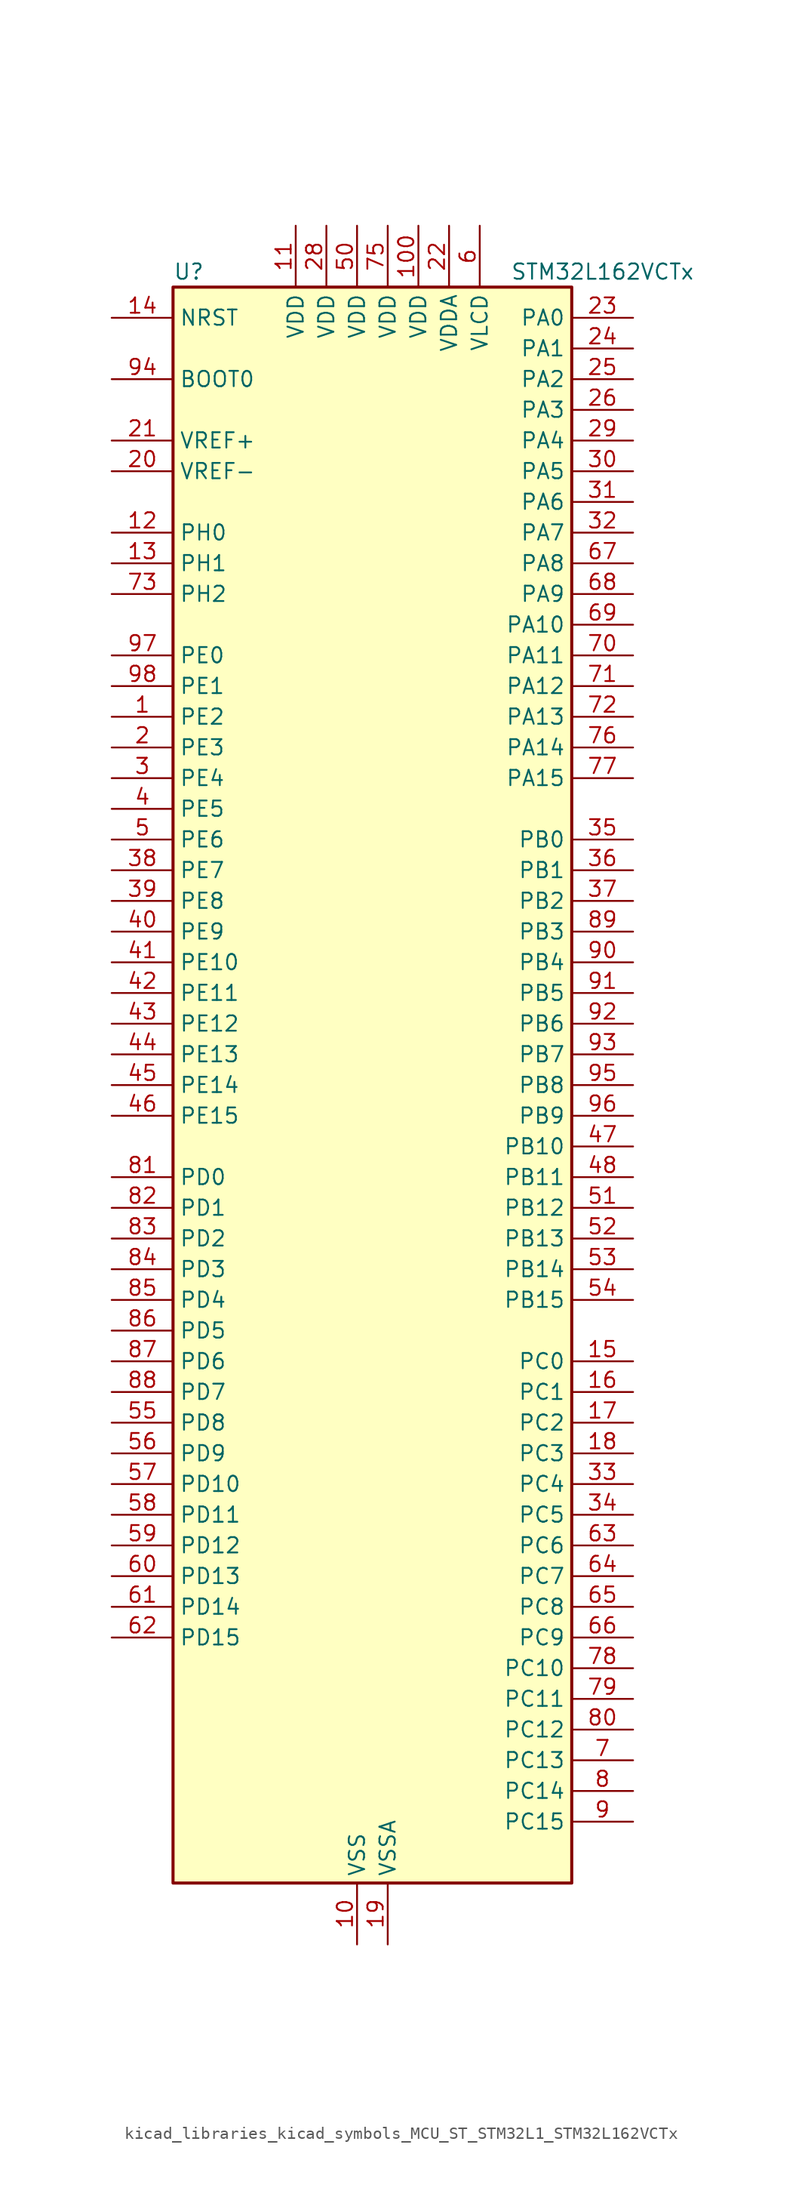
<source format=kicad_sym>
(kicad_symbol_lib
  (version 20220914)
  (generator kicad_symbol_editor)
  (symbol "kicad_libraries_kicad_symbols_MCU_ST_STM32L1_STM32L162VCTx"
    (property "Reference" "U"
      (at -15.24 67.31 0)
      (effects (font (size 1.27 1.27)) (justify left)))
    (property "Value" "STM32L162VCTx"
      (at 12.7 67.31 0)
      (effects (font (size 1.27 1.27)) (justify left)))
    (property "ki_locked" ""
      (at 0 0 0)
      (effects (font (size 1.27 1.27))))
    (symbol "kicad_libraries_kicad_symbols_MCU_ST_STM32L1_STM32L162VCTx_0_1"
      (rectangle (start -15.24 -66.04) (end 17.78 66.04) (stroke (width 0.254) (type default)) (fill (type background))))
    (symbol "kicad_libraries_kicad_symbols_MCU_ST_STM32L1_STM32L162VCTx_1_1"
      (pin bidirectional line (at -20.32 30.48 0) (length 5.08) (name "PE2" (effects (font (size 1.27 1.27)))) (number "1" (effects (font (size 1.27 1.27)))) (alternate "LCD_SEG38" bidirectional line) (alternate "SYS_TRACECK" bidirectional line) (alternate "TIM3_ETR" bidirectional line) (alternate "TIMX_IC3" bidirectional line))
      (pin power_in line (at 0 -71.12 90) (length 5.08) (name "VSS" (effects (font (size 1.27 1.27)))) (number "10" (effects (font (size 1.27 1.27)))))
      (pin power_in line (at 5.08 71.12 270) (length 5.08) (name "VDD" (effects (font (size 1.27 1.27)))) (number "100" (effects (font (size 1.27 1.27)))))
      (pin power_in line (at -5.08 71.12 270) (length 5.08) (name "VDD" (effects (font (size 1.27 1.27)))) (number "11" (effects (font (size 1.27 1.27)))))
      (pin bidirectional line (at -20.32 45.72 0) (length 5.08) (name "PH0" (effects (font (size 1.27 1.27)))) (number "12" (effects (font (size 1.27 1.27)))) (alternate "RCC_OSC_IN" bidirectional line))
      (pin bidirectional line (at -20.32 43.18 0) (length 5.08) (name "PH1" (effects (font (size 1.27 1.27)))) (number "13" (effects (font (size 1.27 1.27)))) (alternate "RCC_OSC_OUT" bidirectional line))
      (pin input line (at -20.32 63.5 0) (length 5.08) (name "NRST" (effects (font (size 1.27 1.27)))) (number "14" (effects (font (size 1.27 1.27)))))
      (pin bidirectional line (at 22.86 -22.86 180) (length 5.08) (name "PC0" (effects (font (size 1.27 1.27)))) (number "15" (effects (font (size 1.27 1.27)))) (alternate "ADC_IN10" bidirectional line) (alternate "COMP1_INP" bidirectional line) (alternate "LCD_SEG18" bidirectional line) (alternate "TIMX_IC1" bidirectional line) (alternate "TS_G8_IO1" bidirectional line))
      (pin bidirectional line (at 22.86 -25.4 180) (length 5.08) (name "PC1" (effects (font (size 1.27 1.27)))) (number "16" (effects (font (size 1.27 1.27)))) (alternate "ADC_IN11" bidirectional line) (alternate "COMP1_INP" bidirectional line) (alternate "LCD_SEG19" bidirectional line) (alternate "TIMX_IC2" bidirectional line) (alternate "TS_G8_IO2" bidirectional line))
      (pin bidirectional line (at 22.86 -27.94 180) (length 5.08) (name "PC2" (effects (font (size 1.27 1.27)))) (number "17" (effects (font (size 1.27 1.27)))) (alternate "ADC_IN12" bidirectional line) (alternate "COMP1_INP" bidirectional line) (alternate "LCD_SEG20" bidirectional line) (alternate "TIMX_IC3" bidirectional line) (alternate "TS_G8_IO3" bidirectional line))
      (pin bidirectional line (at 22.86 -30.48 180) (length 5.08) (name "PC3" (effects (font (size 1.27 1.27)))) (number "18" (effects (font (size 1.27 1.27)))) (alternate "ADC_IN13" bidirectional line) (alternate "COMP1_INP" bidirectional line) (alternate "LCD_SEG21" bidirectional line) (alternate "TIMX_IC4" bidirectional line) (alternate "TS_G8_IO4" bidirectional line))
      (pin power_in line (at 2.54 -71.12 90) (length 5.08) (name "VSSA" (effects (font (size 1.27 1.27)))) (number "19" (effects (font (size 1.27 1.27)))))
      (pin bidirectional line (at -20.32 27.94 0) (length 5.08) (name "PE3" (effects (font (size 1.27 1.27)))) (number "2" (effects (font (size 1.27 1.27)))) (alternate "LCD_SEG39" bidirectional line) (alternate "SYS_TRACED0" bidirectional line) (alternate "TIM3_CH1" bidirectional line) (alternate "TIMX_IC4" bidirectional line))
      (pin input line (at -20.32 50.8 0) (length 5.08) (name "VREF-" (effects (font (size 1.27 1.27)))) (number "20" (effects (font (size 1.27 1.27)))))
      (pin input line (at -20.32 53.34 0) (length 5.08) (name "VREF+" (effects (font (size 1.27 1.27)))) (number "21" (effects (font (size 1.27 1.27)))))
      (pin power_in line (at 7.62 71.12 270) (length 5.08) (name "VDDA" (effects (font (size 1.27 1.27)))) (number "22" (effects (font (size 1.27 1.27)))))
      (pin bidirectional line (at 22.86 63.5 180) (length 5.08) (name "PA0" (effects (font (size 1.27 1.27)))) (number "23" (effects (font (size 1.27 1.27)))) (alternate "ADC_IN0" bidirectional line) (alternate "COMP1_INP" bidirectional line) (alternate "RTC_TAMP2" bidirectional line) (alternate "SYS_WKUP1" bidirectional line) (alternate "TIM2_CH1" bidirectional line) (alternate "TIM2_ETR" bidirectional line) (alternate "TIM5_CH1" bidirectional line) (alternate "TIMX_IC1" bidirectional line) (alternate "TS_G1_IO1" bidirectional line) (alternate "USART2_CTS" bidirectional line))
      (pin bidirectional line (at 22.86 60.96 180) (length 5.08) (name "PA1" (effects (font (size 1.27 1.27)))) (number "24" (effects (font (size 1.27 1.27)))) (alternate "ADC_IN1" bidirectional line) (alternate "COMP1_INP" bidirectional line) (alternate "LCD_SEG0" bidirectional line) (alternate "OPAMP1_VINP" bidirectional line) (alternate "TIM2_CH2" bidirectional line) (alternate "TIM5_CH2" bidirectional line) (alternate "TIMX_IC2" bidirectional line) (alternate "TS_G1_IO2" bidirectional line) (alternate "USART2_RTS" bidirectional line))
      (pin bidirectional line (at 22.86 58.42 180) (length 5.08) (name "PA2" (effects (font (size 1.27 1.27)))) (number "25" (effects (font (size 1.27 1.27)))) (alternate "ADC_IN2" bidirectional line) (alternate "COMP1_INP" bidirectional line) (alternate "LCD_SEG1" bidirectional line) (alternate "OPAMP1_VINM" bidirectional line) (alternate "TIM2_CH3" bidirectional line) (alternate "TIM5_CH3" bidirectional line) (alternate "TIM9_CH1" bidirectional line) (alternate "TIMX_IC3" bidirectional line) (alternate "TS_G1_IO3" bidirectional line) (alternate "USART2_TX" bidirectional line))
      (pin bidirectional line (at 22.86 55.88 180) (length 5.08) (name "PA3" (effects (font (size 1.27 1.27)))) (number "26" (effects (font (size 1.27 1.27)))) (alternate "ADC_IN3" bidirectional line) (alternate "COMP1_INP" bidirectional line) (alternate "LCD_SEG2" bidirectional line) (alternate "OPAMP1_VOUT" bidirectional line) (alternate "TIM2_CH4" bidirectional line) (alternate "TIM5_CH4" bidirectional line) (alternate "TIM9_CH2" bidirectional line) (alternate "TIMX_IC4" bidirectional line) (alternate "TS_G1_IO4" bidirectional line) (alternate "USART2_RX" bidirectional line))
      (pin passive line (at 0 -71.12 90) (length 5.08) hide (name "VSS" (effects (font (size 1.27 1.27)))) (number "27" (effects (font (size 1.27 1.27)))))
      (pin power_in line (at -2.54 71.12 270) (length 5.08) (name "VDD" (effects (font (size 1.27 1.27)))) (number "28" (effects (font (size 1.27 1.27)))))
      (pin bidirectional line (at 22.86 53.34 180) (length 5.08) (name "PA4" (effects (font (size 1.27 1.27)))) (number "29" (effects (font (size 1.27 1.27)))) (alternate "ADC_IN4" bidirectional line) (alternate "COMP1_INP" bidirectional line) (alternate "DAC_OUT1" bidirectional line) (alternate "I2S3_WS" bidirectional line) (alternate "SPI1_NSS" bidirectional line) (alternate "SPI3_NSS" bidirectional line) (alternate "TIMX_IC1" bidirectional line) (alternate "USART2_CK" bidirectional line))
      (pin bidirectional line (at -20.32 25.4 0) (length 5.08) (name "PE4" (effects (font (size 1.27 1.27)))) (number "3" (effects (font (size 1.27 1.27)))) (alternate "SYS_TRACED1" bidirectional line) (alternate "TIM3_CH2" bidirectional line) (alternate "TIMX_IC1" bidirectional line))
      (pin bidirectional line (at 22.86 50.8 180) (length 5.08) (name "PA5" (effects (font (size 1.27 1.27)))) (number "30" (effects (font (size 1.27 1.27)))) (alternate "ADC_IN5" bidirectional line) (alternate "COMP1_INP" bidirectional line) (alternate "DAC_OUT2" bidirectional line) (alternate "SPI1_SCK" bidirectional line) (alternate "TIM2_CH1" bidirectional line) (alternate "TIM2_ETR" bidirectional line) (alternate "TIMX_IC2" bidirectional line))
      (pin bidirectional line (at 22.86 48.26 180) (length 5.08) (name "PA6" (effects (font (size 1.27 1.27)))) (number "31" (effects (font (size 1.27 1.27)))) (alternate "ADC_IN6" bidirectional line) (alternate "COMP1_INP" bidirectional line) (alternate "LCD_SEG3" bidirectional line) (alternate "OPAMP2_VINP" bidirectional line) (alternate "SPI1_MISO" bidirectional line) (alternate "TIM10_CH1" bidirectional line) (alternate "TIM3_CH1" bidirectional line) (alternate "TIMX_IC3" bidirectional line) (alternate "TS_G2_IO1" bidirectional line))
      (pin bidirectional line (at 22.86 45.72 180) (length 5.08) (name "PA7" (effects (font (size 1.27 1.27)))) (number "32" (effects (font (size 1.27 1.27)))) (alternate "ADC_IN7" bidirectional line) (alternate "COMP1_INP" bidirectional line) (alternate "LCD_SEG4" bidirectional line) (alternate "OPAMP2_VINM" bidirectional line) (alternate "SPI1_MOSI" bidirectional line) (alternate "TIM11_CH1" bidirectional line) (alternate "TIM3_CH2" bidirectional line) (alternate "TIMX_IC4" bidirectional line) (alternate "TS_G2_IO2" bidirectional line))
      (pin bidirectional line (at 22.86 -33.02 180) (length 5.08) (name "PC4" (effects (font (size 1.27 1.27)))) (number "33" (effects (font (size 1.27 1.27)))) (alternate "ADC_IN14" bidirectional line) (alternate "COMP1_INP" bidirectional line) (alternate "LCD_SEG22" bidirectional line) (alternate "TIMX_IC1" bidirectional line) (alternate "TS_G9_IO1" bidirectional line))
      (pin bidirectional line (at 22.86 -35.56 180) (length 5.08) (name "PC5" (effects (font (size 1.27 1.27)))) (number "34" (effects (font (size 1.27 1.27)))) (alternate "ADC_IN15" bidirectional line) (alternate "COMP1_INP" bidirectional line) (alternate "LCD_SEG23" bidirectional line) (alternate "TIMX_IC2" bidirectional line) (alternate "TS_G9_IO2" bidirectional line))
      (pin bidirectional line (at 22.86 20.32 180) (length 5.08) (name "PB0" (effects (font (size 1.27 1.27)))) (number "35" (effects (font (size 1.27 1.27)))) (alternate "ADC_IN8" bidirectional line) (alternate "COMP1_INP" bidirectional line) (alternate "LCD_SEG5" bidirectional line) (alternate "OPAMP2_VOUT" bidirectional line) (alternate "SYS_V_REF_OUT" bidirectional line) (alternate "TIM3_CH3" bidirectional line) (alternate "TS_G3_IO1" bidirectional line))
      (pin bidirectional line (at 22.86 17.78 180) (length 5.08) (name "PB1" (effects (font (size 1.27 1.27)))) (number "36" (effects (font (size 1.27 1.27)))) (alternate "ADC_IN9" bidirectional line) (alternate "COMP1_INP" bidirectional line) (alternate "LCD_SEG6" bidirectional line) (alternate "SYS_V_REF_OUT" bidirectional line) (alternate "TIM3_CH4" bidirectional line) (alternate "TS_G3_IO2" bidirectional line))
      (pin bidirectional line (at 22.86 15.24 180) (length 5.08) (name "PB2" (effects (font (size 1.27 1.27)))) (number "37" (effects (font (size 1.27 1.27)))) (alternate "TS_G3_IO3" bidirectional line))
      (pin bidirectional line (at -20.32 17.78 0) (length 5.08) (name "PE7" (effects (font (size 1.27 1.27)))) (number "38" (effects (font (size 1.27 1.27)))) (alternate "ADC_IN22" bidirectional line) (alternate "COMP1_INP" bidirectional line) (alternate "TIMX_IC4" bidirectional line))
      (pin bidirectional line (at -20.32 15.24 0) (length 5.08) (name "PE8" (effects (font (size 1.27 1.27)))) (number "39" (effects (font (size 1.27 1.27)))) (alternate "ADC_IN23" bidirectional line) (alternate "COMP1_INP" bidirectional line) (alternate "TIMX_IC1" bidirectional line))
      (pin bidirectional line (at -20.32 22.86 0) (length 5.08) (name "PE5" (effects (font (size 1.27 1.27)))) (number "4" (effects (font (size 1.27 1.27)))) (alternate "SYS_TRACED2" bidirectional line) (alternate "TIM9_CH1" bidirectional line) (alternate "TIMX_IC2" bidirectional line))
      (pin bidirectional line (at -20.32 12.7 0) (length 5.08) (name "PE9" (effects (font (size 1.27 1.27)))) (number "40" (effects (font (size 1.27 1.27)))) (alternate "ADC_IN24" bidirectional line) (alternate "COMP1_INP" bidirectional line) (alternate "DAC_EXTI9" bidirectional line) (alternate "TIM2_CH1" bidirectional line) (alternate "TIM2_ETR" bidirectional line) (alternate "TIM5_ETR" bidirectional line) (alternate "TIMX_IC2" bidirectional line))
      (pin bidirectional line (at -20.32 10.16 0) (length 5.08) (name "PE10" (effects (font (size 1.27 1.27)))) (number "41" (effects (font (size 1.27 1.27)))) (alternate "ADC_IN25" bidirectional line) (alternate "COMP1_INP" bidirectional line) (alternate "TIM2_CH2" bidirectional line) (alternate "TIMX_IC3" bidirectional line))
      (pin bidirectional line (at -20.32 7.62 0) (length 5.08) (name "PE11" (effects (font (size 1.27 1.27)))) (number "42" (effects (font (size 1.27 1.27)))) (alternate "ADC_EXTI11" bidirectional line) (alternate "TIM2_CH3" bidirectional line) (alternate "TIMX_IC4" bidirectional line))
      (pin bidirectional line (at -20.32 5.08 0) (length 5.08) (name "PE12" (effects (font (size 1.27 1.27)))) (number "43" (effects (font (size 1.27 1.27)))) (alternate "SPI1_NSS" bidirectional line) (alternate "TIM2_CH4" bidirectional line) (alternate "TIMX_IC1" bidirectional line))
      (pin bidirectional line (at -20.32 2.54 0) (length 5.08) (name "PE13" (effects (font (size 1.27 1.27)))) (number "44" (effects (font (size 1.27 1.27)))) (alternate "SPI1_SCK" bidirectional line) (alternate "TIMX_IC2" bidirectional line))
      (pin bidirectional line (at -20.32 0 0) (length 5.08) (name "PE14" (effects (font (size 1.27 1.27)))) (number "45" (effects (font (size 1.27 1.27)))) (alternate "SPI1_MISO" bidirectional line) (alternate "TIMX_IC3" bidirectional line))
      (pin bidirectional line (at -20.32 -2.54 0) (length 5.08) (name "PE15" (effects (font (size 1.27 1.27)))) (number "46" (effects (font (size 1.27 1.27)))) (alternate "ADC_EXTI15" bidirectional line) (alternate "SPI1_MOSI" bidirectional line) (alternate "TIMX_IC4" bidirectional line))
      (pin bidirectional line (at 22.86 -5.08 180) (length 5.08) (name "PB10" (effects (font (size 1.27 1.27)))) (number "47" (effects (font (size 1.27 1.27)))) (alternate "I2C2_SCL" bidirectional line) (alternate "LCD_SEG10" bidirectional line) (alternate "TIM2_CH3" bidirectional line) (alternate "USART3_TX" bidirectional line))
      (pin bidirectional line (at 22.86 -7.62 180) (length 5.08) (name "PB11" (effects (font (size 1.27 1.27)))) (number "48" (effects (font (size 1.27 1.27)))) (alternate "ADC_EXTI11" bidirectional line) (alternate "I2C2_SDA" bidirectional line) (alternate "LCD_SEG11" bidirectional line) (alternate "TIM2_CH4" bidirectional line) (alternate "USART3_RX" bidirectional line))
      (pin passive line (at 0 -71.12 90) (length 5.08) hide (name "VSS" (effects (font (size 1.27 1.27)))) (number "49" (effects (font (size 1.27 1.27)))))
      (pin bidirectional line (at -20.32 20.32 0) (length 5.08) (name "PE6" (effects (font (size 1.27 1.27)))) (number "5" (effects (font (size 1.27 1.27)))) (alternate "RTC_TAMP3" bidirectional line) (alternate "SYS_TRACED3" bidirectional line) (alternate "SYS_WKUP3" bidirectional line) (alternate "TIM9_CH2" bidirectional line) (alternate "TIMX_IC3" bidirectional line))
      (pin power_in line (at 0 71.12 270) (length 5.08) (name "VDD" (effects (font (size 1.27 1.27)))) (number "50" (effects (font (size 1.27 1.27)))))
      (pin bidirectional line (at 22.86 -10.16 180) (length 5.08) (name "PB12" (effects (font (size 1.27 1.27)))) (number "51" (effects (font (size 1.27 1.27)))) (alternate "ADC_IN18" bidirectional line) (alternate "COMP1_INP" bidirectional line) (alternate "I2C2_SMBA" bidirectional line) (alternate "I2S2_WS" bidirectional line) (alternate "LCD_SEG12" bidirectional line) (alternate "SPI2_NSS" bidirectional line) (alternate "TIM10_CH1" bidirectional line) (alternate "TS_G7_IO1" bidirectional line) (alternate "USART3_CK" bidirectional line))
      (pin bidirectional line (at 22.86 -12.7 180) (length 5.08) (name "PB13" (effects (font (size 1.27 1.27)))) (number "52" (effects (font (size 1.27 1.27)))) (alternate "ADC_IN19" bidirectional line) (alternate "COMP1_INP" bidirectional line) (alternate "I2S2_CK" bidirectional line) (alternate "LCD_SEG13" bidirectional line) (alternate "SPI2_SCK" bidirectional line) (alternate "TIM9_CH1" bidirectional line) (alternate "TS_G7_IO2" bidirectional line) (alternate "USART3_CTS" bidirectional line))
      (pin bidirectional line (at 22.86 -15.24 180) (length 5.08) (name "PB14" (effects (font (size 1.27 1.27)))) (number "53" (effects (font (size 1.27 1.27)))) (alternate "ADC_IN20" bidirectional line) (alternate "COMP1_INP" bidirectional line) (alternate "LCD_SEG14" bidirectional line) (alternate "SPI2_MISO" bidirectional line) (alternate "TIM9_CH2" bidirectional line) (alternate "TS_G7_IO3" bidirectional line) (alternate "USART3_RTS" bidirectional line))
      (pin bidirectional line (at 22.86 -17.78 180) (length 5.08) (name "PB15" (effects (font (size 1.27 1.27)))) (number "54" (effects (font (size 1.27 1.27)))) (alternate "ADC_EXTI15" bidirectional line) (alternate "ADC_IN21" bidirectional line) (alternate "COMP1_INP" bidirectional line) (alternate "I2S2_SD" bidirectional line) (alternate "LCD_SEG15" bidirectional line) (alternate "RTC_REFIN" bidirectional line) (alternate "SPI2_MOSI" bidirectional line) (alternate "TIM11_CH1" bidirectional line) (alternate "TS_G7_IO4" bidirectional line))
      (pin bidirectional line (at -20.32 -27.94 0) (length 5.08) (name "PD8" (effects (font (size 1.27 1.27)))) (number "55" (effects (font (size 1.27 1.27)))) (alternate "LCD_SEG28" bidirectional line) (alternate "TIMX_IC1" bidirectional line) (alternate "USART3_TX" bidirectional line))
      (pin bidirectional line (at -20.32 -30.48 0) (length 5.08) (name "PD9" (effects (font (size 1.27 1.27)))) (number "56" (effects (font (size 1.27 1.27)))) (alternate "DAC_EXTI9" bidirectional line) (alternate "LCD_SEG29" bidirectional line) (alternate "TIMX_IC2" bidirectional line) (alternate "USART3_RX" bidirectional line))
      (pin bidirectional line (at -20.32 -33.02 0) (length 5.08) (name "PD10" (effects (font (size 1.27 1.27)))) (number "57" (effects (font (size 1.27 1.27)))) (alternate "LCD_SEG30" bidirectional line) (alternate "TIMX_IC3" bidirectional line) (alternate "USART3_CK" bidirectional line))
      (pin bidirectional line (at -20.32 -35.56 0) (length 5.08) (name "PD11" (effects (font (size 1.27 1.27)))) (number "58" (effects (font (size 1.27 1.27)))) (alternate "ADC_EXTI11" bidirectional line) (alternate "LCD_SEG31" bidirectional line) (alternate "TIMX_IC4" bidirectional line) (alternate "USART3_CTS" bidirectional line))
      (pin bidirectional line (at -20.32 -38.1 0) (length 5.08) (name "PD12" (effects (font (size 1.27 1.27)))) (number "59" (effects (font (size 1.27 1.27)))) (alternate "LCD_SEG32" bidirectional line) (alternate "TIM4_CH1" bidirectional line) (alternate "TIMX_IC1" bidirectional line) (alternate "USART3_RTS" bidirectional line))
      (pin power_in line (at 10.16 71.12 270) (length 5.08) (name "VLCD" (effects (font (size 1.27 1.27)))) (number "6" (effects (font (size 1.27 1.27)))))
      (pin bidirectional line (at -20.32 -40.64 0) (length 5.08) (name "PD13" (effects (font (size 1.27 1.27)))) (number "60" (effects (font (size 1.27 1.27)))) (alternate "LCD_SEG33" bidirectional line) (alternate "TIM4_CH2" bidirectional line) (alternate "TIMX_IC2" bidirectional line))
      (pin bidirectional line (at -20.32 -43.18 0) (length 5.08) (name "PD14" (effects (font (size 1.27 1.27)))) (number "61" (effects (font (size 1.27 1.27)))) (alternate "LCD_SEG34" bidirectional line) (alternate "TIM4_CH3" bidirectional line) (alternate "TIMX_IC3" bidirectional line))
      (pin bidirectional line (at -20.32 -45.72 0) (length 5.08) (name "PD15" (effects (font (size 1.27 1.27)))) (number "62" (effects (font (size 1.27 1.27)))) (alternate "ADC_EXTI15" bidirectional line) (alternate "LCD_SEG35" bidirectional line) (alternate "TIM4_CH4" bidirectional line) (alternate "TIMX_IC4" bidirectional line))
      (pin bidirectional line (at 22.86 -38.1 180) (length 5.08) (name "PC6" (effects (font (size 1.27 1.27)))) (number "63" (effects (font (size 1.27 1.27)))) (alternate "I2S2_MCK" bidirectional line) (alternate "LCD_SEG24" bidirectional line) (alternate "TIM3_CH1" bidirectional line) (alternate "TIMX_IC3" bidirectional line) (alternate "TS_G10_IO1" bidirectional line))
      (pin bidirectional line (at 22.86 -40.64 180) (length 5.08) (name "PC7" (effects (font (size 1.27 1.27)))) (number "64" (effects (font (size 1.27 1.27)))) (alternate "I2S3_MCK" bidirectional line) (alternate "LCD_SEG25" bidirectional line) (alternate "TIM3_CH2" bidirectional line) (alternate "TIMX_IC4" bidirectional line) (alternate "TS_G10_IO2" bidirectional line))
      (pin bidirectional line (at 22.86 -43.18 180) (length 5.08) (name "PC8" (effects (font (size 1.27 1.27)))) (number "65" (effects (font (size 1.27 1.27)))) (alternate "LCD_SEG26" bidirectional line) (alternate "TIM3_CH3" bidirectional line) (alternate "TIMX_IC1" bidirectional line) (alternate "TS_G10_IO3" bidirectional line))
      (pin bidirectional line (at 22.86 -45.72 180) (length 5.08) (name "PC9" (effects (font (size 1.27 1.27)))) (number "66" (effects (font (size 1.27 1.27)))) (alternate "DAC_EXTI9" bidirectional line) (alternate "LCD_SEG27" bidirectional line) (alternate "TIM3_CH4" bidirectional line) (alternate "TIMX_IC2" bidirectional line) (alternate "TS_G10_IO4" bidirectional line))
      (pin bidirectional line (at 22.86 43.18 180) (length 5.08) (name "PA8" (effects (font (size 1.27 1.27)))) (number "67" (effects (font (size 1.27 1.27)))) (alternate "LCD_COM0" bidirectional line) (alternate "RCC_MCO" bidirectional line) (alternate "TIMX_IC1" bidirectional line) (alternate "TS_G4_IO1" bidirectional line) (alternate "USART1_CK" bidirectional line))
      (pin bidirectional line (at 22.86 40.64 180) (length 5.08) (name "PA9" (effects (font (size 1.27 1.27)))) (number "68" (effects (font (size 1.27 1.27)))) (alternate "DAC_EXTI9" bidirectional line) (alternate "LCD_COM1" bidirectional line) (alternate "TIMX_IC2" bidirectional line) (alternate "TS_G4_IO2" bidirectional line) (alternate "USART1_TX" bidirectional line))
      (pin bidirectional line (at 22.86 38.1 180) (length 5.08) (name "PA10" (effects (font (size 1.27 1.27)))) (number "69" (effects (font (size 1.27 1.27)))) (alternate "LCD_COM2" bidirectional line) (alternate "TIMX_IC3" bidirectional line) (alternate "TS_G4_IO3" bidirectional line) (alternate "USART1_RX" bidirectional line))
      (pin bidirectional line (at 22.86 -55.88 180) (length 5.08) (name "PC13" (effects (font (size 1.27 1.27)))) (number "7" (effects (font (size 1.27 1.27)))) (alternate "RTC_OUT_ALARM" bidirectional line) (alternate "RTC_OUT_CALIB" bidirectional line) (alternate "RTC_TAMP1" bidirectional line) (alternate "RTC_TS" bidirectional line) (alternate "SYS_WKUP2" bidirectional line) (alternate "TIMX_IC2" bidirectional line))
      (pin bidirectional line (at 22.86 35.56 180) (length 5.08) (name "PA11" (effects (font (size 1.27 1.27)))) (number "70" (effects (font (size 1.27 1.27)))) (alternate "ADC_EXTI11" bidirectional line) (alternate "SPI1_MISO" bidirectional line) (alternate "TIMX_IC4" bidirectional line) (alternate "USART1_CTS" bidirectional line) (alternate "USB_DM" bidirectional line))
      (pin bidirectional line (at 22.86 33.02 180) (length 5.08) (name "PA12" (effects (font (size 1.27 1.27)))) (number "71" (effects (font (size 1.27 1.27)))) (alternate "SPI1_MOSI" bidirectional line) (alternate "TIMX_IC1" bidirectional line) (alternate "USART1_RTS" bidirectional line) (alternate "USB_DP" bidirectional line))
      (pin bidirectional line (at 22.86 30.48 180) (length 5.08) (name "PA13" (effects (font (size 1.27 1.27)))) (number "72" (effects (font (size 1.27 1.27)))) (alternate "SYS_JTMS-SWDIO" bidirectional line) (alternate "TIMX_IC2" bidirectional line) (alternate "TS_G5_IO1" bidirectional line))
      (pin bidirectional line (at -20.32 40.64 0) (length 5.08) (name "PH2" (effects (font (size 1.27 1.27)))) (number "73" (effects (font (size 1.27 1.27)))))
      (pin passive line (at 0 -71.12 90) (length 5.08) hide (name "VSS" (effects (font (size 1.27 1.27)))) (number "74" (effects (font (size 1.27 1.27)))))
      (pin power_in line (at 2.54 71.12 270) (length 5.08) (name "VDD" (effects (font (size 1.27 1.27)))) (number "75" (effects (font (size 1.27 1.27)))))
      (pin bidirectional line (at 22.86 27.94 180) (length 5.08) (name "PA14" (effects (font (size 1.27 1.27)))) (number "76" (effects (font (size 1.27 1.27)))) (alternate "SYS_JTCK-SWCLK" bidirectional line) (alternate "TIMX_IC3" bidirectional line) (alternate "TS_G5_IO2" bidirectional line))
      (pin bidirectional line (at 22.86 25.4 180) (length 5.08) (name "PA15" (effects (font (size 1.27 1.27)))) (number "77" (effects (font (size 1.27 1.27)))) (alternate "ADC_EXTI15" bidirectional line) (alternate "I2S3_WS" bidirectional line) (alternate "LCD_SEG17" bidirectional line) (alternate "SPI1_NSS" bidirectional line) (alternate "SPI3_NSS" bidirectional line) (alternate "SYS_JTDI" bidirectional line) (alternate "TIM2_CH1" bidirectional line) (alternate "TIM2_ETR" bidirectional line) (alternate "TIMX_IC4" bidirectional line) (alternate "TS_G5_IO3" bidirectional line))
      (pin bidirectional line (at 22.86 -48.26 180) (length 5.08) (name "PC10" (effects (font (size 1.27 1.27)))) (number "78" (effects (font (size 1.27 1.27)))) (alternate "I2S3_CK" bidirectional line) (alternate "LCD_COM4" bidirectional line) (alternate "LCD_SEG28" bidirectional line) (alternate "LCD_SEG40" bidirectional line) (alternate "SPI3_SCK" bidirectional line) (alternate "TIMX_IC3" bidirectional line) (alternate "USART3_TX" bidirectional line))
      (pin bidirectional line (at 22.86 -50.8 180) (length 5.08) (name "PC11" (effects (font (size 1.27 1.27)))) (number "79" (effects (font (size 1.27 1.27)))) (alternate "ADC_EXTI11" bidirectional line) (alternate "LCD_COM5" bidirectional line) (alternate "LCD_SEG29" bidirectional line) (alternate "LCD_SEG41" bidirectional line) (alternate "SPI3_MISO" bidirectional line) (alternate "TIMX_IC4" bidirectional line) (alternate "USART3_RX" bidirectional line))
      (pin bidirectional line (at 22.86 -58.42 180) (length 5.08) (name "PC14" (effects (font (size 1.27 1.27)))) (number "8" (effects (font (size 1.27 1.27)))) (alternate "RCC_OSC32_IN" bidirectional line) (alternate "TIMX_IC3" bidirectional line))
      (pin bidirectional line (at 22.86 -53.34 180) (length 5.08) (name "PC12" (effects (font (size 1.27 1.27)))) (number "80" (effects (font (size 1.27 1.27)))) (alternate "I2S3_SD" bidirectional line) (alternate "LCD_COM6" bidirectional line) (alternate "LCD_SEG30" bidirectional line) (alternate "LCD_SEG42" bidirectional line) (alternate "SPI3_MOSI" bidirectional line) (alternate "TIMX_IC1" bidirectional line) (alternate "USART3_CK" bidirectional line))
      (pin bidirectional line (at -20.32 -7.62 0) (length 5.08) (name "PD0" (effects (font (size 1.27 1.27)))) (number "81" (effects (font (size 1.27 1.27)))) (alternate "I2S2_WS" bidirectional line) (alternate "SPI2_NSS" bidirectional line) (alternate "TIM9_CH1" bidirectional line) (alternate "TIMX_IC1" bidirectional line))
      (pin bidirectional line (at -20.32 -10.16 0) (length 5.08) (name "PD1" (effects (font (size 1.27 1.27)))) (number "82" (effects (font (size 1.27 1.27)))) (alternate "I2S2_CK" bidirectional line) (alternate "SPI2_SCK" bidirectional line) (alternate "TIMX_IC2" bidirectional line))
      (pin bidirectional line (at -20.32 -12.7 0) (length 5.08) (name "PD2" (effects (font (size 1.27 1.27)))) (number "83" (effects (font (size 1.27 1.27)))) (alternate "LCD_COM7" bidirectional line) (alternate "LCD_SEG31" bidirectional line) (alternate "LCD_SEG43" bidirectional line) (alternate "TIM3_ETR" bidirectional line) (alternate "TIMX_IC3" bidirectional line))
      (pin bidirectional line (at -20.32 -15.24 0) (length 5.08) (name "PD3" (effects (font (size 1.27 1.27)))) (number "84" (effects (font (size 1.27 1.27)))) (alternate "SPI2_MISO" bidirectional line) (alternate "TIMX_IC4" bidirectional line) (alternate "USART2_CTS" bidirectional line))
      (pin bidirectional line (at -20.32 -17.78 0) (length 5.08) (name "PD4" (effects (font (size 1.27 1.27)))) (number "85" (effects (font (size 1.27 1.27)))) (alternate "I2S2_SD" bidirectional line) (alternate "SPI2_MOSI" bidirectional line) (alternate "TIMX_IC1" bidirectional line) (alternate "USART2_RTS" bidirectional line))
      (pin bidirectional line (at -20.32 -20.32 0) (length 5.08) (name "PD5" (effects (font (size 1.27 1.27)))) (number "86" (effects (font (size 1.27 1.27)))) (alternate "TIMX_IC2" bidirectional line) (alternate "USART2_TX" bidirectional line))
      (pin bidirectional line (at -20.32 -22.86 0) (length 5.08) (name "PD6" (effects (font (size 1.27 1.27)))) (number "87" (effects (font (size 1.27 1.27)))) (alternate "TIMX_IC3" bidirectional line) (alternate "USART2_RX" bidirectional line))
      (pin bidirectional line (at -20.32 -25.4 0) (length 5.08) (name "PD7" (effects (font (size 1.27 1.27)))) (number "88" (effects (font (size 1.27 1.27)))) (alternate "TIM9_CH2" bidirectional line) (alternate "TIMX_IC4" bidirectional line) (alternate "USART2_CK" bidirectional line))
      (pin bidirectional line (at 22.86 12.7 180) (length 5.08) (name "PB3" (effects (font (size 1.27 1.27)))) (number "89" (effects (font (size 1.27 1.27)))) (alternate "COMP2_INM" bidirectional line) (alternate "I2S3_CK" bidirectional line) (alternate "LCD_SEG7" bidirectional line) (alternate "SPI1_SCK" bidirectional line) (alternate "SPI3_SCK" bidirectional line) (alternate "SYS_JTDO-TRACESWO" bidirectional line) (alternate "TIM2_CH2" bidirectional line))
      (pin bidirectional line (at 22.86 -60.96 180) (length 5.08) (name "PC15" (effects (font (size 1.27 1.27)))) (number "9" (effects (font (size 1.27 1.27)))) (alternate "ADC_EXTI15" bidirectional line) (alternate "RCC_OSC32_OUT" bidirectional line) (alternate "TIMX_IC4" bidirectional line))
      (pin bidirectional line (at 22.86 10.16 180) (length 5.08) (name "PB4" (effects (font (size 1.27 1.27)))) (number "90" (effects (font (size 1.27 1.27)))) (alternate "COMP2_INP" bidirectional line) (alternate "LCD_SEG8" bidirectional line) (alternate "SPI1_MISO" bidirectional line) (alternate "SPI3_MISO" bidirectional line) (alternate "SYS_JTRST" bidirectional line) (alternate "TIM3_CH1" bidirectional line) (alternate "TS_G6_IO1" bidirectional line))
      (pin bidirectional line (at 22.86 7.62 180) (length 5.08) (name "PB5" (effects (font (size 1.27 1.27)))) (number "91" (effects (font (size 1.27 1.27)))) (alternate "COMP2_INP" bidirectional line) (alternate "I2C1_SMBA" bidirectional line) (alternate "I2S3_SD" bidirectional line) (alternate "LCD_SEG9" bidirectional line) (alternate "SPI1_MOSI" bidirectional line) (alternate "SPI3_MOSI" bidirectional line) (alternate "TIM3_CH2" bidirectional line) (alternate "TS_G6_IO2" bidirectional line))
      (pin bidirectional line (at 22.86 5.08 180) (length 5.08) (name "PB6" (effects (font (size 1.27 1.27)))) (number "92" (effects (font (size 1.27 1.27)))) (alternate "COMP2_INP" bidirectional line) (alternate "I2C1_SCL" bidirectional line) (alternate "TIM4_CH1" bidirectional line) (alternate "TS_G6_IO3" bidirectional line) (alternate "USART1_TX" bidirectional line))
      (pin bidirectional line (at 22.86 2.54 180) (length 5.08) (name "PB7" (effects (font (size 1.27 1.27)))) (number "93" (effects (font (size 1.27 1.27)))) (alternate "COMP2_INP" bidirectional line) (alternate "I2C1_SDA" bidirectional line) (alternate "SYS_PVD_IN" bidirectional line) (alternate "TIM4_CH2" bidirectional line) (alternate "TS_G6_IO4" bidirectional line) (alternate "USART1_RX" bidirectional line))
      (pin input line (at -20.32 58.42 0) (length 5.08) (name "BOOT0" (effects (font (size 1.27 1.27)))) (number "94" (effects (font (size 1.27 1.27)))))
      (pin bidirectional line (at 22.86 0 180) (length 5.08) (name "PB8" (effects (font (size 1.27 1.27)))) (number "95" (effects (font (size 1.27 1.27)))) (alternate "I2C1_SCL" bidirectional line) (alternate "LCD_SEG16" bidirectional line) (alternate "TIM10_CH1" bidirectional line) (alternate "TIM4_CH3" bidirectional line))
      (pin bidirectional line (at 22.86 -2.54 180) (length 5.08) (name "PB9" (effects (font (size 1.27 1.27)))) (number "96" (effects (font (size 1.27 1.27)))) (alternate "DAC_EXTI9" bidirectional line) (alternate "I2C1_SDA" bidirectional line) (alternate "LCD_COM3" bidirectional line) (alternate "TIM11_CH1" bidirectional line) (alternate "TIM4_CH4" bidirectional line))
      (pin bidirectional line (at -20.32 35.56 0) (length 5.08) (name "PE0" (effects (font (size 1.27 1.27)))) (number "97" (effects (font (size 1.27 1.27)))) (alternate "LCD_SEG36" bidirectional line) (alternate "TIM10_CH1" bidirectional line) (alternate "TIM4_ETR" bidirectional line) (alternate "TIMX_IC1" bidirectional line))
      (pin bidirectional line (at -20.32 33.02 0) (length 5.08) (name "PE1" (effects (font (size 1.27 1.27)))) (number "98" (effects (font (size 1.27 1.27)))) (alternate "LCD_SEG37" bidirectional line) (alternate "TIM11_CH1" bidirectional line) (alternate "TIMX_IC2" bidirectional line))
      (pin passive line (at 0 -71.12 90) (length 5.08) hide (name "VSS" (effects (font (size 1.27 1.27)))) (number "99" (effects (font (size 1.27 1.27))))))))
</source>
